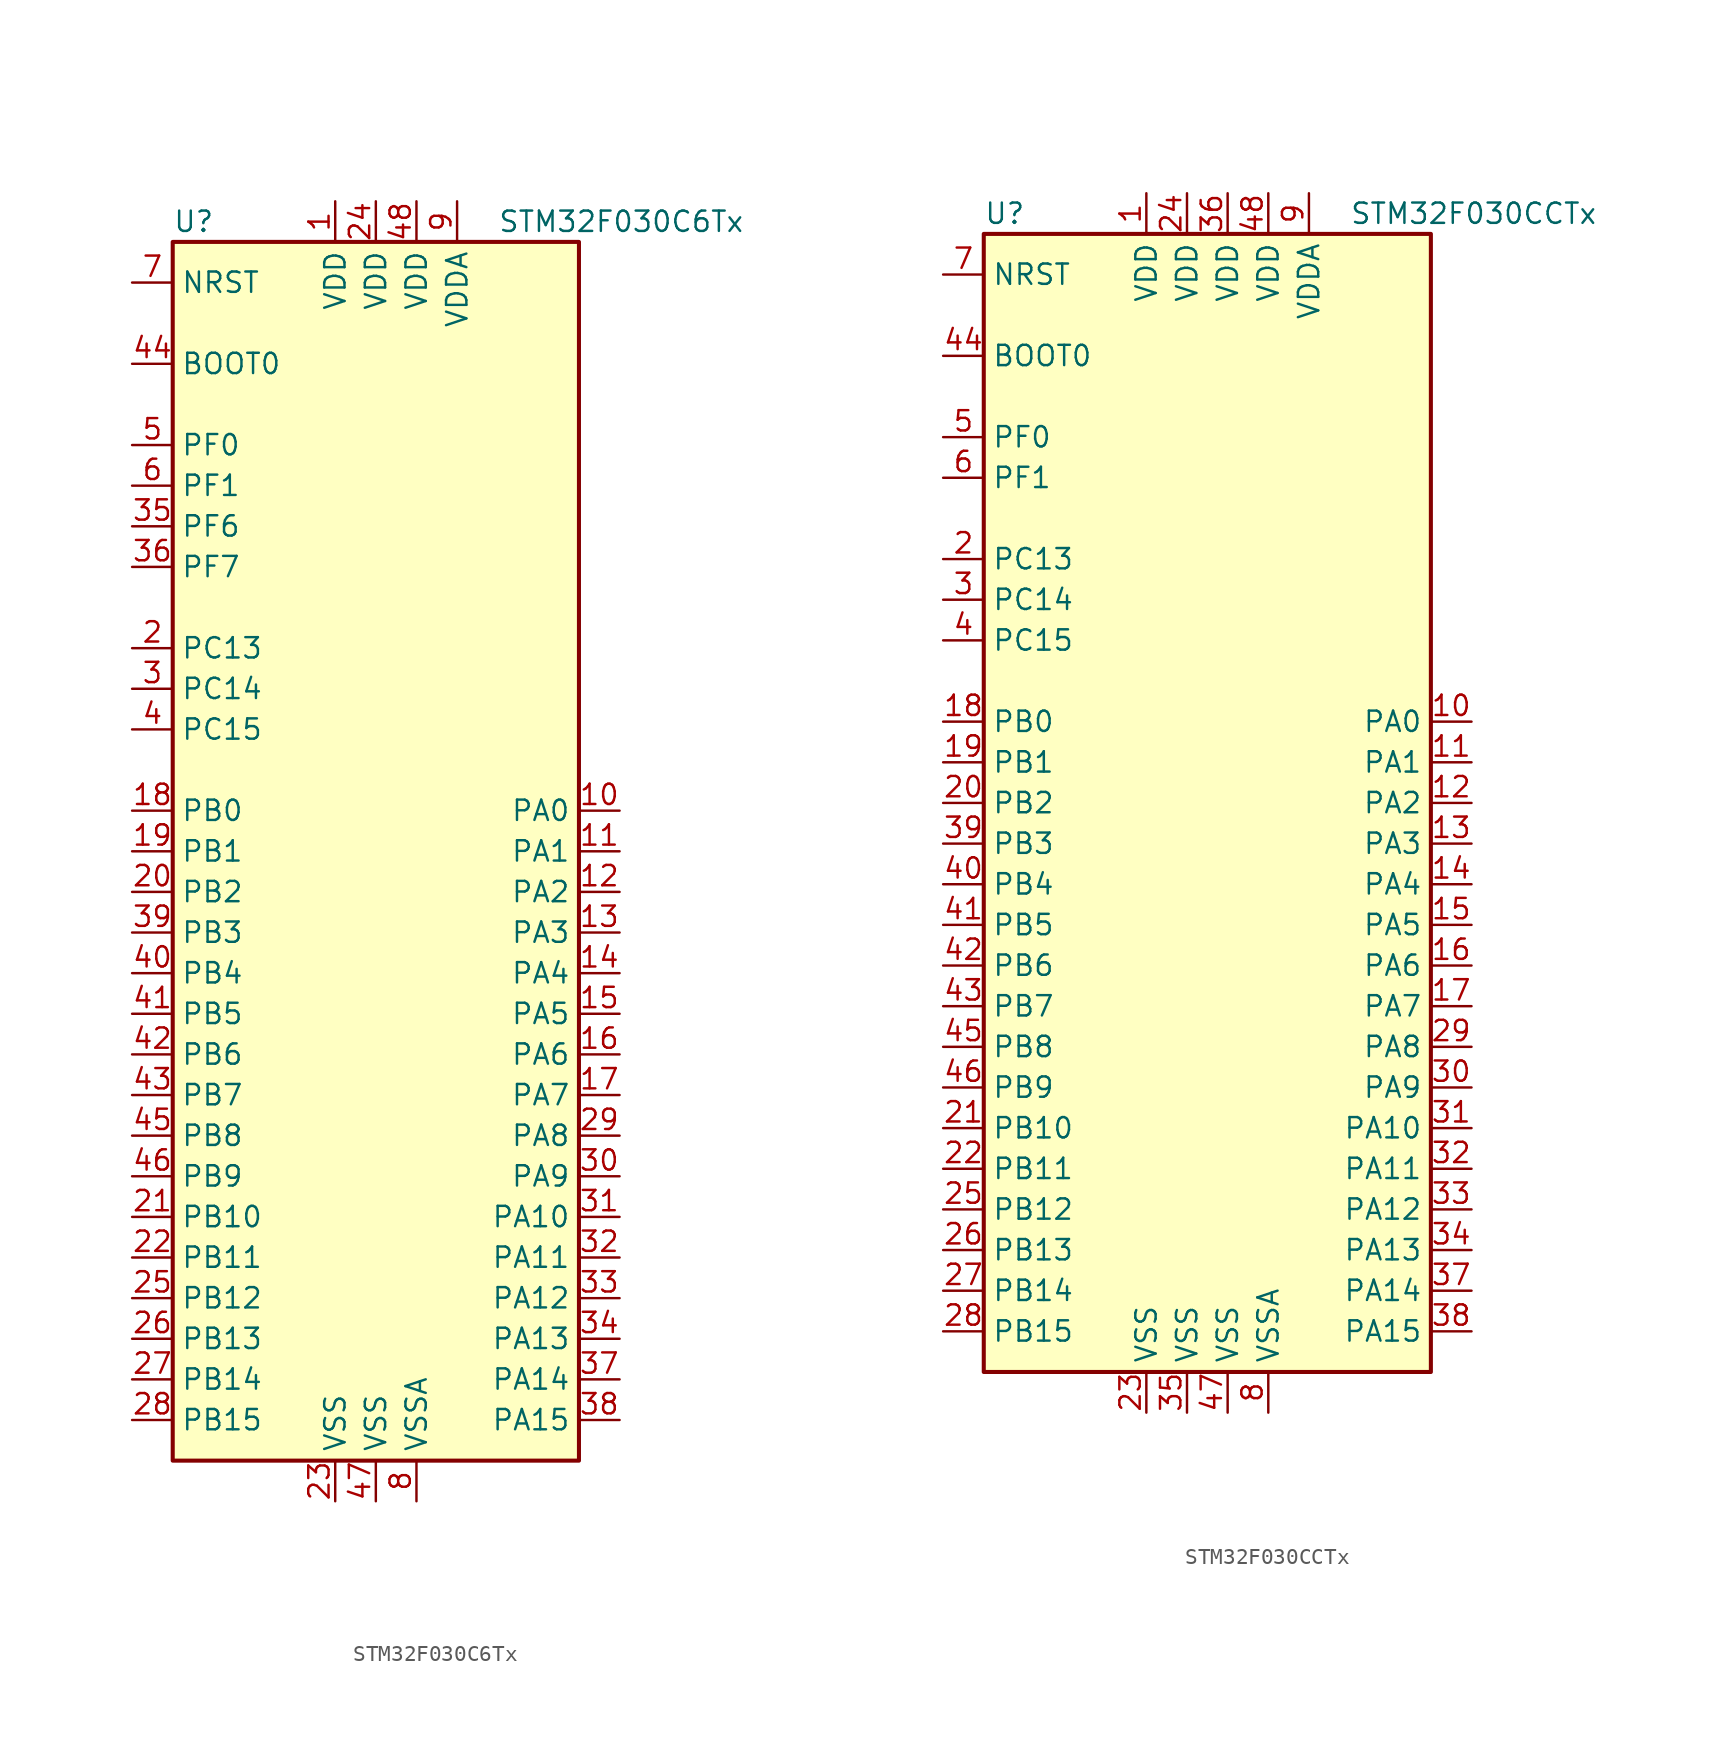
<source format=kicad_sym>
(kicad_symbol_lib
  (version 20201005)
  (generator kicad_symbol_editor)
  (symbol "STM32F030C6Tx"
    (property "Reference" "U"
      (at -12.7 39.37 0)
      (effects (font (size 1.27 1.27)) (justify left)))
    (property "Value" "STM32F030C6Tx"
      (at 7.62 39.37 0)
      (effects (font (size 1.27 1.27)) (justify left)))
    (symbol "STM32F030C6Tx_0_1"
      (rectangle (start -12.7 -38.1) (end 12.7 38.1) (stroke (width 0.254)) (fill (type background))))
    (symbol "STM32F030C6Tx_1_1"
      (pin input line (at -15.24 30.48 0) (length 2.54) (name "BOOT0" (effects (font (size 1.27 1.27)))) (number "44" (effects (font (size 1.27 1.27)))))
      (pin input line (at -15.24 35.56 0) (length 2.54) (name "NRST" (effects (font (size 1.27 1.27)))) (number "7" (effects (font (size 1.27 1.27)))))
      (pin bidirectional line (at 15.24 2.54 180) (length 2.54) (name "PA0" (effects (font (size 1.27 1.27)))) (number "10" (effects (font (size 1.27 1.27)))))
      (pin bidirectional line (at 15.24 0 180) (length 2.54) (name "PA1" (effects (font (size 1.27 1.27)))) (number "11" (effects (font (size 1.27 1.27)))))
      (pin bidirectional line (at 15.24 -22.86 180) (length 2.54) (name "PA10" (effects (font (size 1.27 1.27)))) (number "31" (effects (font (size 1.27 1.27)))))
      (pin bidirectional line (at 15.24 -25.4 180) (length 2.54) (name "PA11" (effects (font (size 1.27 1.27)))) (number "32" (effects (font (size 1.27 1.27)))))
      (pin bidirectional line (at 15.24 -27.94 180) (length 2.54) (name "PA12" (effects (font (size 1.27 1.27)))) (number "33" (effects (font (size 1.27 1.27)))))
      (pin bidirectional line (at 15.24 -30.48 180) (length 2.54) (name "PA13" (effects (font (size 1.27 1.27)))) (number "34" (effects (font (size 1.27 1.27)))))
      (pin bidirectional line (at 15.24 -33.02 180) (length 2.54) (name "PA14" (effects (font (size 1.27 1.27)))) (number "37" (effects (font (size 1.27 1.27)))))
      (pin bidirectional line (at 15.24 -35.56 180) (length 2.54) (name "PA15" (effects (font (size 1.27 1.27)))) (number "38" (effects (font (size 1.27 1.27)))))
      (pin bidirectional line (at 15.24 -2.54 180) (length 2.54) (name "PA2" (effects (font (size 1.27 1.27)))) (number "12" (effects (font (size 1.27 1.27)))))
      (pin bidirectional line (at 15.24 -5.08 180) (length 2.54) (name "PA3" (effects (font (size 1.27 1.27)))) (number "13" (effects (font (size 1.27 1.27)))))
      (pin bidirectional line (at 15.24 -7.62 180) (length 2.54) (name "PA4" (effects (font (size 1.27 1.27)))) (number "14" (effects (font (size 1.27 1.27)))))
      (pin bidirectional line (at 15.24 -10.16 180) (length 2.54) (name "PA5" (effects (font (size 1.27 1.27)))) (number "15" (effects (font (size 1.27 1.27)))))
      (pin bidirectional line (at 15.24 -12.7 180) (length 2.54) (name "PA6" (effects (font (size 1.27 1.27)))) (number "16" (effects (font (size 1.27 1.27)))))
      (pin bidirectional line (at 15.24 -15.24 180) (length 2.54) (name "PA7" (effects (font (size 1.27 1.27)))) (number "17" (effects (font (size 1.27 1.27)))))
      (pin bidirectional line (at 15.24 -17.78 180) (length 2.54) (name "PA8" (effects (font (size 1.27 1.27)))) (number "29" (effects (font (size 1.27 1.27)))))
      (pin bidirectional line (at 15.24 -20.32 180) (length 2.54) (name "PA9" (effects (font (size 1.27 1.27)))) (number "30" (effects (font (size 1.27 1.27)))))
      (pin bidirectional line (at -15.24 2.54 0) (length 2.54) (name "PB0" (effects (font (size 1.27 1.27)))) (number "18" (effects (font (size 1.27 1.27)))))
      (pin bidirectional line (at -15.24 0 0) (length 2.54) (name "PB1" (effects (font (size 1.27 1.27)))) (number "19" (effects (font (size 1.27 1.27)))))
      (pin bidirectional line (at -15.24 -22.86 0) (length 2.54) (name "PB10" (effects (font (size 1.27 1.27)))) (number "21" (effects (font (size 1.27 1.27)))))
      (pin bidirectional line (at -15.24 -25.4 0) (length 2.54) (name "PB11" (effects (font (size 1.27 1.27)))) (number "22" (effects (font (size 1.27 1.27)))))
      (pin bidirectional line (at -15.24 -27.94 0) (length 2.54) (name "PB12" (effects (font (size 1.27 1.27)))) (number "25" (effects (font (size 1.27 1.27)))))
      (pin bidirectional line (at -15.24 -30.48 0) (length 2.54) (name "PB13" (effects (font (size 1.27 1.27)))) (number "26" (effects (font (size 1.27 1.27)))))
      (pin bidirectional line (at -15.24 -33.02 0) (length 2.54) (name "PB14" (effects (font (size 1.27 1.27)))) (number "27" (effects (font (size 1.27 1.27)))))
      (pin bidirectional line (at -15.24 -35.56 0) (length 2.54) (name "PB15" (effects (font (size 1.27 1.27)))) (number "28" (effects (font (size 1.27 1.27)))))
      (pin bidirectional line (at -15.24 -2.54 0) (length 2.54) (name "PB2" (effects (font (size 1.27 1.27)))) (number "20" (effects (font (size 1.27 1.27)))))
      (pin bidirectional line (at -15.24 -5.08 0) (length 2.54) (name "PB3" (effects (font (size 1.27 1.27)))) (number "39" (effects (font (size 1.27 1.27)))))
      (pin bidirectional line (at -15.24 -7.62 0) (length 2.54) (name "PB4" (effects (font (size 1.27 1.27)))) (number "40" (effects (font (size 1.27 1.27)))))
      (pin bidirectional line (at -15.24 -10.16 0) (length 2.54) (name "PB5" (effects (font (size 1.27 1.27)))) (number "41" (effects (font (size 1.27 1.27)))))
      (pin bidirectional line (at -15.24 -12.7 0) (length 2.54) (name "PB6" (effects (font (size 1.27 1.27)))) (number "42" (effects (font (size 1.27 1.27)))))
      (pin bidirectional line (at -15.24 -15.24 0) (length 2.54) (name "PB7" (effects (font (size 1.27 1.27)))) (number "43" (effects (font (size 1.27 1.27)))))
      (pin bidirectional line (at -15.24 -17.78 0) (length 2.54) (name "PB8" (effects (font (size 1.27 1.27)))) (number "45" (effects (font (size 1.27 1.27)))))
      (pin bidirectional line (at -15.24 -20.32 0) (length 2.54) (name "PB9" (effects (font (size 1.27 1.27)))) (number "46" (effects (font (size 1.27 1.27)))))
      (pin bidirectional line (at -15.24 12.7 0) (length 2.54) (name "PC13" (effects (font (size 1.27 1.27)))) (number "2" (effects (font (size 1.27 1.27)))))
      (pin bidirectional line (at -15.24 10.16 0) (length 2.54) (name "PC14" (effects (font (size 1.27 1.27)))) (number "3" (effects (font (size 1.27 1.27)))))
      (pin bidirectional line (at -15.24 7.62 0) (length 2.54) (name "PC15" (effects (font (size 1.27 1.27)))) (number "4" (effects (font (size 1.27 1.27)))))
      (pin input line (at -15.24 25.4 0) (length 2.54) (name "PF0" (effects (font (size 1.27 1.27)))) (number "5" (effects (font (size 1.27 1.27)))))
      (pin input line (at -15.24 22.86 0) (length 2.54) (name "PF1" (effects (font (size 1.27 1.27)))) (number "6" (effects (font (size 1.27 1.27)))))
      (pin bidirectional line (at -15.24 20.32 0) (length 2.54) (name "PF6" (effects (font (size 1.27 1.27)))) (number "35" (effects (font (size 1.27 1.27)))))
      (pin bidirectional line (at -15.24 17.78 0) (length 2.54) (name "PF7" (effects (font (size 1.27 1.27)))) (number "36" (effects (font (size 1.27 1.27)))))
      (pin power_in line (at -2.54 40.64 270) (length 2.54) (name "VDD" (effects (font (size 1.27 1.27)))) (number "1" (effects (font (size 1.27 1.27)))))
      (pin power_in line (at 0 40.64 270) (length 2.54) (name "VDD" (effects (font (size 1.27 1.27)))) (number "24" (effects (font (size 1.27 1.27)))))
      (pin power_in line (at 2.54 40.64 270) (length 2.54) (name "VDD" (effects (font (size 1.27 1.27)))) (number "48" (effects (font (size 1.27 1.27)))))
      (pin power_in line (at 5.08 40.64 270) (length 2.54) (name "VDDA" (effects (font (size 1.27 1.27)))) (number "9" (effects (font (size 1.27 1.27)))))
      (pin power_in line (at -2.54 -40.64 90) (length 2.54) (name "VSS" (effects (font (size 1.27 1.27)))) (number "23" (effects (font (size 1.27 1.27)))))
      (pin power_in line (at 0 -40.64 90) (length 2.54) (name "VSS" (effects (font (size 1.27 1.27)))) (number "47" (effects (font (size 1.27 1.27)))))
      (pin power_in line (at 2.54 -40.64 90) (length 2.54) (name "VSSA" (effects (font (size 1.27 1.27)))) (number "8" (effects (font (size 1.27 1.27)))))))
  (symbol "STM32F030CCTx"
    (property "Reference" "U"
      (at -15.24 36.83 0)
      (effects (font (size 1.27 1.27)) (justify left)))
    (property "Value" "STM32F030CCTx"
      (at 7.62 36.83 0)
      (effects (font (size 1.27 1.27)) (justify left)))
    (symbol "STM32F030CCTx_0_1"
      (rectangle (start -15.24 -35.56) (end 12.7 35.56) (stroke (width 0.254)) (fill (type background))))
    (symbol "STM32F030CCTx_1_1"
      (pin input line (at -17.78 27.94 0) (length 2.54) (name "BOOT0" (effects (font (size 1.27 1.27)))) (number "44" (effects (font (size 1.27 1.27)))))
      (pin input line (at -17.78 33.02 0) (length 2.54) (name "NRST" (effects (font (size 1.27 1.27)))) (number "7" (effects (font (size 1.27 1.27)))))
      (pin bidirectional line (at 15.24 5.08 180) (length 2.54) (name "PA0" (effects (font (size 1.27 1.27)))) (number "10" (effects (font (size 1.27 1.27)))))
      (pin bidirectional line (at 15.24 2.54 180) (length 2.54) (name "PA1" (effects (font (size 1.27 1.27)))) (number "11" (effects (font (size 1.27 1.27)))))
      (pin bidirectional line (at 15.24 -20.32 180) (length 2.54) (name "PA10" (effects (font (size 1.27 1.27)))) (number "31" (effects (font (size 1.27 1.27)))))
      (pin bidirectional line (at 15.24 -22.86 180) (length 2.54) (name "PA11" (effects (font (size 1.27 1.27)))) (number "32" (effects (font (size 1.27 1.27)))))
      (pin bidirectional line (at 15.24 -25.4 180) (length 2.54) (name "PA12" (effects (font (size 1.27 1.27)))) (number "33" (effects (font (size 1.27 1.27)))))
      (pin bidirectional line (at 15.24 -27.94 180) (length 2.54) (name "PA13" (effects (font (size 1.27 1.27)))) (number "34" (effects (font (size 1.27 1.27)))))
      (pin bidirectional line (at 15.24 -30.48 180) (length 2.54) (name "PA14" (effects (font (size 1.27 1.27)))) (number "37" (effects (font (size 1.27 1.27)))))
      (pin bidirectional line (at 15.24 -33.02 180) (length 2.54) (name "PA15" (effects (font (size 1.27 1.27)))) (number "38" (effects (font (size 1.27 1.27)))))
      (pin bidirectional line (at 15.24 0 180) (length 2.54) (name "PA2" (effects (font (size 1.27 1.27)))) (number "12" (effects (font (size 1.27 1.27)))))
      (pin bidirectional line (at 15.24 -2.54 180) (length 2.54) (name "PA3" (effects (font (size 1.27 1.27)))) (number "13" (effects (font (size 1.27 1.27)))))
      (pin bidirectional line (at 15.24 -5.08 180) (length 2.54) (name "PA4" (effects (font (size 1.27 1.27)))) (number "14" (effects (font (size 1.27 1.27)))))
      (pin bidirectional line (at 15.24 -7.62 180) (length 2.54) (name "PA5" (effects (font (size 1.27 1.27)))) (number "15" (effects (font (size 1.27 1.27)))))
      (pin bidirectional line (at 15.24 -10.16 180) (length 2.54) (name "PA6" (effects (font (size 1.27 1.27)))) (number "16" (effects (font (size 1.27 1.27)))))
      (pin bidirectional line (at 15.24 -12.7 180) (length 2.54) (name "PA7" (effects (font (size 1.27 1.27)))) (number "17" (effects (font (size 1.27 1.27)))))
      (pin bidirectional line (at 15.24 -15.24 180) (length 2.54) (name "PA8" (effects (font (size 1.27 1.27)))) (number "29" (effects (font (size 1.27 1.27)))))
      (pin bidirectional line (at 15.24 -17.78 180) (length 2.54) (name "PA9" (effects (font (size 1.27 1.27)))) (number "30" (effects (font (size 1.27 1.27)))))
      (pin bidirectional line (at -17.78 5.08 0) (length 2.54) (name "PB0" (effects (font (size 1.27 1.27)))) (number "18" (effects (font (size 1.27 1.27)))))
      (pin bidirectional line (at -17.78 2.54 0) (length 2.54) (name "PB1" (effects (font (size 1.27 1.27)))) (number "19" (effects (font (size 1.27 1.27)))))
      (pin bidirectional line (at -17.78 -20.32 0) (length 2.54) (name "PB10" (effects (font (size 1.27 1.27)))) (number "21" (effects (font (size 1.27 1.27)))))
      (pin bidirectional line (at -17.78 -22.86 0) (length 2.54) (name "PB11" (effects (font (size 1.27 1.27)))) (number "22" (effects (font (size 1.27 1.27)))))
      (pin bidirectional line (at -17.78 -25.4 0) (length 2.54) (name "PB12" (effects (font (size 1.27 1.27)))) (number "25" (effects (font (size 1.27 1.27)))))
      (pin bidirectional line (at -17.78 -27.94 0) (length 2.54) (name "PB13" (effects (font (size 1.27 1.27)))) (number "26" (effects (font (size 1.27 1.27)))))
      (pin bidirectional line (at -17.78 -30.48 0) (length 2.54) (name "PB14" (effects (font (size 1.27 1.27)))) (number "27" (effects (font (size 1.27 1.27)))))
      (pin bidirectional line (at -17.78 -33.02 0) (length 2.54) (name "PB15" (effects (font (size 1.27 1.27)))) (number "28" (effects (font (size 1.27 1.27)))))
      (pin bidirectional line (at -17.78 0 0) (length 2.54) (name "PB2" (effects (font (size 1.27 1.27)))) (number "20" (effects (font (size 1.27 1.27)))))
      (pin bidirectional line (at -17.78 -2.54 0) (length 2.54) (name "PB3" (effects (font (size 1.27 1.27)))) (number "39" (effects (font (size 1.27 1.27)))))
      (pin bidirectional line (at -17.78 -5.08 0) (length 2.54) (name "PB4" (effects (font (size 1.27 1.27)))) (number "40" (effects (font (size 1.27 1.27)))))
      (pin bidirectional line (at -17.78 -7.62 0) (length 2.54) (name "PB5" (effects (font (size 1.27 1.27)))) (number "41" (effects (font (size 1.27 1.27)))))
      (pin bidirectional line (at -17.78 -10.16 0) (length 2.54) (name "PB6" (effects (font (size 1.27 1.27)))) (number "42" (effects (font (size 1.27 1.27)))))
      (pin bidirectional line (at -17.78 -12.7 0) (length 2.54) (name "PB7" (effects (font (size 1.27 1.27)))) (number "43" (effects (font (size 1.27 1.27)))))
      (pin bidirectional line (at -17.78 -15.24 0) (length 2.54) (name "PB8" (effects (font (size 1.27 1.27)))) (number "45" (effects (font (size 1.27 1.27)))))
      (pin bidirectional line (at -17.78 -17.78 0) (length 2.54) (name "PB9" (effects (font (size 1.27 1.27)))) (number "46" (effects (font (size 1.27 1.27)))))
      (pin bidirectional line (at -17.78 15.24 0) (length 2.54) (name "PC13" (effects (font (size 1.27 1.27)))) (number "2" (effects (font (size 1.27 1.27)))))
      (pin bidirectional line (at -17.78 12.7 0) (length 2.54) (name "PC14" (effects (font (size 1.27 1.27)))) (number "3" (effects (font (size 1.27 1.27)))))
      (pin bidirectional line (at -17.78 10.16 0) (length 2.54) (name "PC15" (effects (font (size 1.27 1.27)))) (number "4" (effects (font (size 1.27 1.27)))))
      (pin input line (at -17.78 22.86 0) (length 2.54) (name "PF0" (effects (font (size 1.27 1.27)))) (number "5" (effects (font (size 1.27 1.27)))))
      (pin input line (at -17.78 20.32 0) (length 2.54) (name "PF1" (effects (font (size 1.27 1.27)))) (number "6" (effects (font (size 1.27 1.27)))))
      (pin power_in line (at -5.08 38.1 270) (length 2.54) (name "VDD" (effects (font (size 1.27 1.27)))) (number "1" (effects (font (size 1.27 1.27)))))
      (pin power_in line (at -2.54 38.1 270) (length 2.54) (name "VDD" (effects (font (size 1.27 1.27)))) (number "24" (effects (font (size 1.27 1.27)))))
      (pin power_in line (at 0 38.1 270) (length 2.54) (name "VDD" (effects (font (size 1.27 1.27)))) (number "36" (effects (font (size 1.27 1.27)))))
      (pin power_in line (at 2.54 38.1 270) (length 2.54) (name "VDD" (effects (font (size 1.27 1.27)))) (number "48" (effects (font (size 1.27 1.27)))))
      (pin power_in line (at 5.08 38.1 270) (length 2.54) (name "VDDA" (effects (font (size 1.27 1.27)))) (number "9" (effects (font (size 1.27 1.27)))))
      (pin power_in line (at -5.08 -38.1 90) (length 2.54) (name "VSS" (effects (font (size 1.27 1.27)))) (number "23" (effects (font (size 1.27 1.27)))))
      (pin power_in line (at -2.54 -38.1 90) (length 2.54) (name "VSS" (effects (font (size 1.27 1.27)))) (number "35" (effects (font (size 1.27 1.27)))))
      (pin power_in line (at 0 -38.1 90) (length 2.54) (name "VSS" (effects (font (size 1.27 1.27)))) (number "47" (effects (font (size 1.27 1.27)))))
      (pin power_in line (at 2.54 -38.1 90) (length 2.54) (name "VSSA" (effects (font (size 1.27 1.27)))) (number "8" (effects (font (size 1.27 1.27))))))))
</source>
